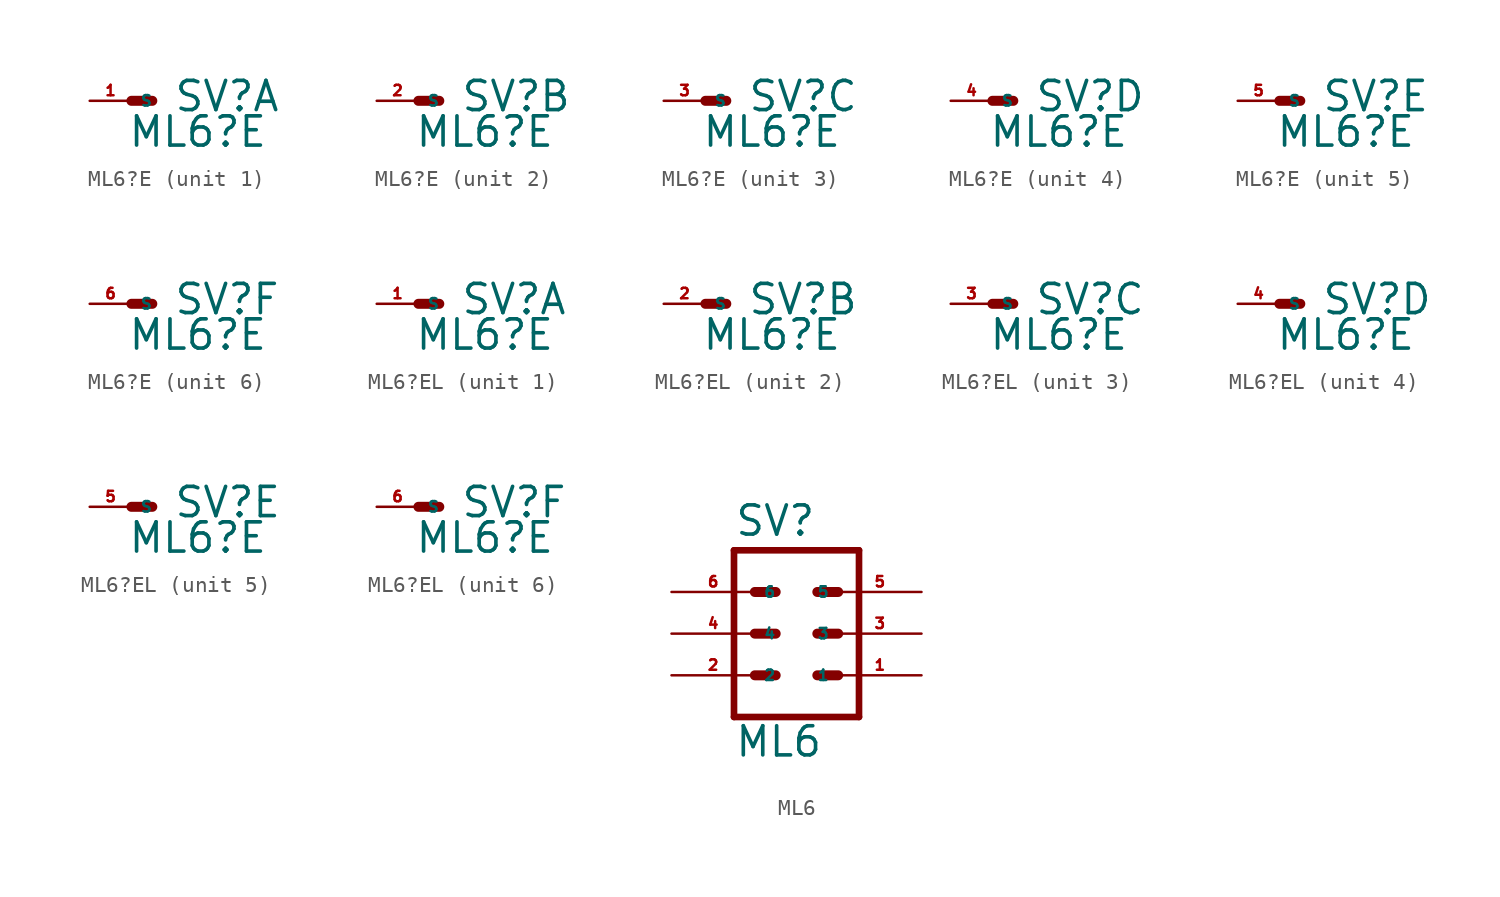
<source format=kicad_sym>
(kicad_symbol_lib
  (version 20220914)
  (generator Eagle2Kicad)
  (symbol "ML6?E"
    (property "Reference" "SV"
      (at 2.54 -0.762 0)
      (effects (font (size 1.778 1.778) (thickness 0.22)) (justify left bottom)))
    (property "Value" "ML6?E"
      (at -0.254 -2.921 0)
      (effects (font (size 1.778 1.778) (thickness 0.22)) (justify left bottom)))
    (symbol "ML6?E_1_0"
      (polyline (pts (xy 1.27 0) (xy 0 0)) (stroke (width 0.61) (type default)) (fill (type none)))
      (pin passive line (at -2.54 0 0) (length 2.54) (name "S" (effects (font (size 0.635 0.635) (thickness 0.08)) (justify left bottom))) (number "1" (effects (font (size 0.635 0.635) (thickness 0.08)) (justify left bottom)))))
    (symbol "ML6?E_2_0"
      (polyline (pts (xy 1.27 0) (xy 0 0)) (stroke (width 0.61) (type default)) (fill (type none)))
      (pin passive line (at -2.54 0 0) (length 2.54) (name "S" (effects (font (size 0.635 0.635) (thickness 0.08)) (justify left bottom))) (number "2" (effects (font (size 0.635 0.635) (thickness 0.08)) (justify left bottom)))))
    (symbol "ML6?E_3_0"
      (polyline (pts (xy 1.27 0) (xy 0 0)) (stroke (width 0.61) (type default)) (fill (type none)))
      (pin passive line (at -2.54 0 0) (length 2.54) (name "S" (effects (font (size 0.635 0.635) (thickness 0.08)) (justify left bottom))) (number "3" (effects (font (size 0.635 0.635) (thickness 0.08)) (justify left bottom)))))
    (symbol "ML6?E_4_0"
      (polyline (pts (xy 1.27 0) (xy 0 0)) (stroke (width 0.61) (type default)) (fill (type none)))
      (pin passive line (at -2.54 0 0) (length 2.54) (name "S" (effects (font (size 0.635 0.635) (thickness 0.08)) (justify left bottom))) (number "4" (effects (font (size 0.635 0.635) (thickness 0.08)) (justify left bottom)))))
    (symbol "ML6?E_5_0"
      (polyline (pts (xy 1.27 0) (xy 0 0)) (stroke (width 0.61) (type default)) (fill (type none)))
      (pin passive line (at -2.54 0 0) (length 2.54) (name "S" (effects (font (size 0.635 0.635) (thickness 0.08)) (justify left bottom))) (number "5" (effects (font (size 0.635 0.635) (thickness 0.08)) (justify left bottom)))))
    (symbol "ML6?E_6_0"
      (polyline (pts (xy 1.27 0) (xy 0 0)) (stroke (width 0.61) (type default)) (fill (type none)))
      (pin passive line (at -2.54 0 0) (length 2.54) (name "S" (effects (font (size 0.635 0.635) (thickness 0.08)) (justify left bottom))) (number "6" (effects (font (size 0.635 0.635) (thickness 0.08)) (justify left bottom))))))
  (symbol "ML6?EL"
    (property "Reference" "SV"
      (at 2.54 -0.762 0)
      (effects (font (size 1.778 1.778) (thickness 0.22)) (justify left bottom)))
    (property "Value" "ML6?E"
      (at -0.254 -2.921 0)
      (effects (font (size 1.778 1.778) (thickness 0.22)) (justify left bottom)))
    (symbol "ML6?EL_1_0"
      (polyline (pts (xy 1.27 0) (xy 0 0)) (stroke (width 0.61) (type default)) (fill (type none)))
      (pin passive line (at -2.54 0 0) (length 2.54) (name "S" (effects (font (size 0.635 0.635) (thickness 0.08)) (justify left bottom))) (number "1" (effects (font (size 0.635 0.635) (thickness 0.08)) (justify left bottom)))))
    (symbol "ML6?EL_2_0"
      (polyline (pts (xy 1.27 0) (xy 0 0)) (stroke (width 0.61) (type default)) (fill (type none)))
      (pin passive line (at -2.54 0 0) (length 2.54) (name "S" (effects (font (size 0.635 0.635) (thickness 0.08)) (justify left bottom))) (number "2" (effects (font (size 0.635 0.635) (thickness 0.08)) (justify left bottom)))))
    (symbol "ML6?EL_3_0"
      (polyline (pts (xy 1.27 0) (xy 0 0)) (stroke (width 0.61) (type default)) (fill (type none)))
      (pin passive line (at -2.54 0 0) (length 2.54) (name "S" (effects (font (size 0.635 0.635) (thickness 0.08)) (justify left bottom))) (number "3" (effects (font (size 0.635 0.635) (thickness 0.08)) (justify left bottom)))))
    (symbol "ML6?EL_4_0"
      (polyline (pts (xy 1.27 0) (xy 0 0)) (stroke (width 0.61) (type default)) (fill (type none)))
      (pin passive line (at -2.54 0 0) (length 2.54) (name "S" (effects (font (size 0.635 0.635) (thickness 0.08)) (justify left bottom))) (number "4" (effects (font (size 0.635 0.635) (thickness 0.08)) (justify left bottom)))))
    (symbol "ML6?EL_5_0"
      (polyline (pts (xy 1.27 0) (xy 0 0)) (stroke (width 0.61) (type default)) (fill (type none)))
      (pin passive line (at -2.54 0 0) (length 2.54) (name "S" (effects (font (size 0.635 0.635) (thickness 0.08)) (justify left bottom))) (number "5" (effects (font (size 0.635 0.635) (thickness 0.08)) (justify left bottom)))))
    (symbol "ML6?EL_6_0"
      (polyline (pts (xy 1.27 0) (xy 0 0)) (stroke (width 0.61) (type default)) (fill (type none)))
      (pin passive line (at -2.54 0 0) (length 2.54) (name "S" (effects (font (size 0.635 0.635) (thickness 0.08)) (justify left bottom))) (number "6" (effects (font (size 0.635 0.635) (thickness 0.08)) (justify left bottom))))))
  (symbol "ML6"
    (property "Reference" "SV"
      (at -3.81 5.842 0)
      (effects (font (size 1.778 1.778) (thickness 0.22)) (justify left bottom)))
    (property "Value" "ML6"
      (at -3.81 -7.62 0)
      (effects (font (size 1.778 1.778) (thickness 0.22)) (justify left bottom)))
    (polyline
      (pts (xy 3.81 -5.08) (xy -3.81 -5.08))
      (stroke (width 0.406) (type default))
      (fill (type none)))
    (polyline
      (pts (xy -3.81 5.08) (xy -3.81 -5.08))
      (stroke (width 0.406) (type default))
      (fill (type none)))
    (polyline
      (pts (xy 3.81 -5.08) (xy 3.81 5.08))
      (stroke (width 0.406) (type default))
      (fill (type none)))
    (polyline
      (pts (xy -3.81 5.08) (xy 3.81 5.08))
      (stroke (width 0.406) (type default))
      (fill (type none)))
    (polyline
      (pts (xy 1.27 2.54) (xy 2.54 2.54))
      (stroke (width 0.61) (type default))
      (fill (type none)))
    (polyline
      (pts (xy 1.27 0) (xy 2.54 0))
      (stroke (width 0.61) (type default))
      (fill (type none)))
    (polyline
      (pts (xy 1.27 -2.54) (xy 2.54 -2.54))
      (stroke (width 0.61) (type default))
      (fill (type none)))
    (polyline
      (pts (xy -2.54 2.54) (xy -1.27 2.54))
      (stroke (width 0.61) (type default))
      (fill (type none)))
    (polyline
      (pts (xy -2.54 0) (xy -1.27 0))
      (stroke (width 0.61) (type default))
      (fill (type none)))
    (polyline
      (pts (xy -2.54 -2.54) (xy -1.27 -2.54))
      (stroke (width 0.61) (type default))
      (fill (type none)))
    (pin passive line
      (at 7.62 -2.54 180)
      (length 5.08)
      (name "1" (effects (font (size 0.635 0.635) (thickness 0.08)) (justify left bottom)))
      (number "1" (effects (font (size 0.635 0.635) (thickness 0.08)) (justify left bottom))))
    (pin passive line
      (at -7.62 -2.54 0)
      (length 5.08)
      (name "2" (effects (font (size 0.635 0.635) (thickness 0.08)) (justify left bottom)))
      (number "2" (effects (font (size 0.635 0.635) (thickness 0.08)) (justify left bottom))))
    (pin passive line
      (at 7.62 0 180)
      (length 5.08)
      (name "3" (effects (font (size 0.635 0.635) (thickness 0.08)) (justify left bottom)))
      (number "3" (effects (font (size 0.635 0.635) (thickness 0.08)) (justify left bottom))))
    (pin passive line
      (at -7.62 0 0)
      (length 5.08)
      (name "4" (effects (font (size 0.635 0.635) (thickness 0.08)) (justify left bottom)))
      (number "4" (effects (font (size 0.635 0.635) (thickness 0.08)) (justify left bottom))))
    (pin passive line
      (at 7.62 2.54 180)
      (length 5.08)
      (name "5" (effects (font (size 0.635 0.635) (thickness 0.08)) (justify left bottom)))
      (number "5" (effects (font (size 0.635 0.635) (thickness 0.08)) (justify left bottom))))
    (pin passive line
      (at -7.62 2.54 0)
      (length 5.08)
      (name "6" (effects (font (size 0.635 0.635) (thickness 0.08)) (justify left bottom)))
      (number "6" (effects (font (size 0.635 0.635) (thickness 0.08)) (justify left bottom))))))
</source>
